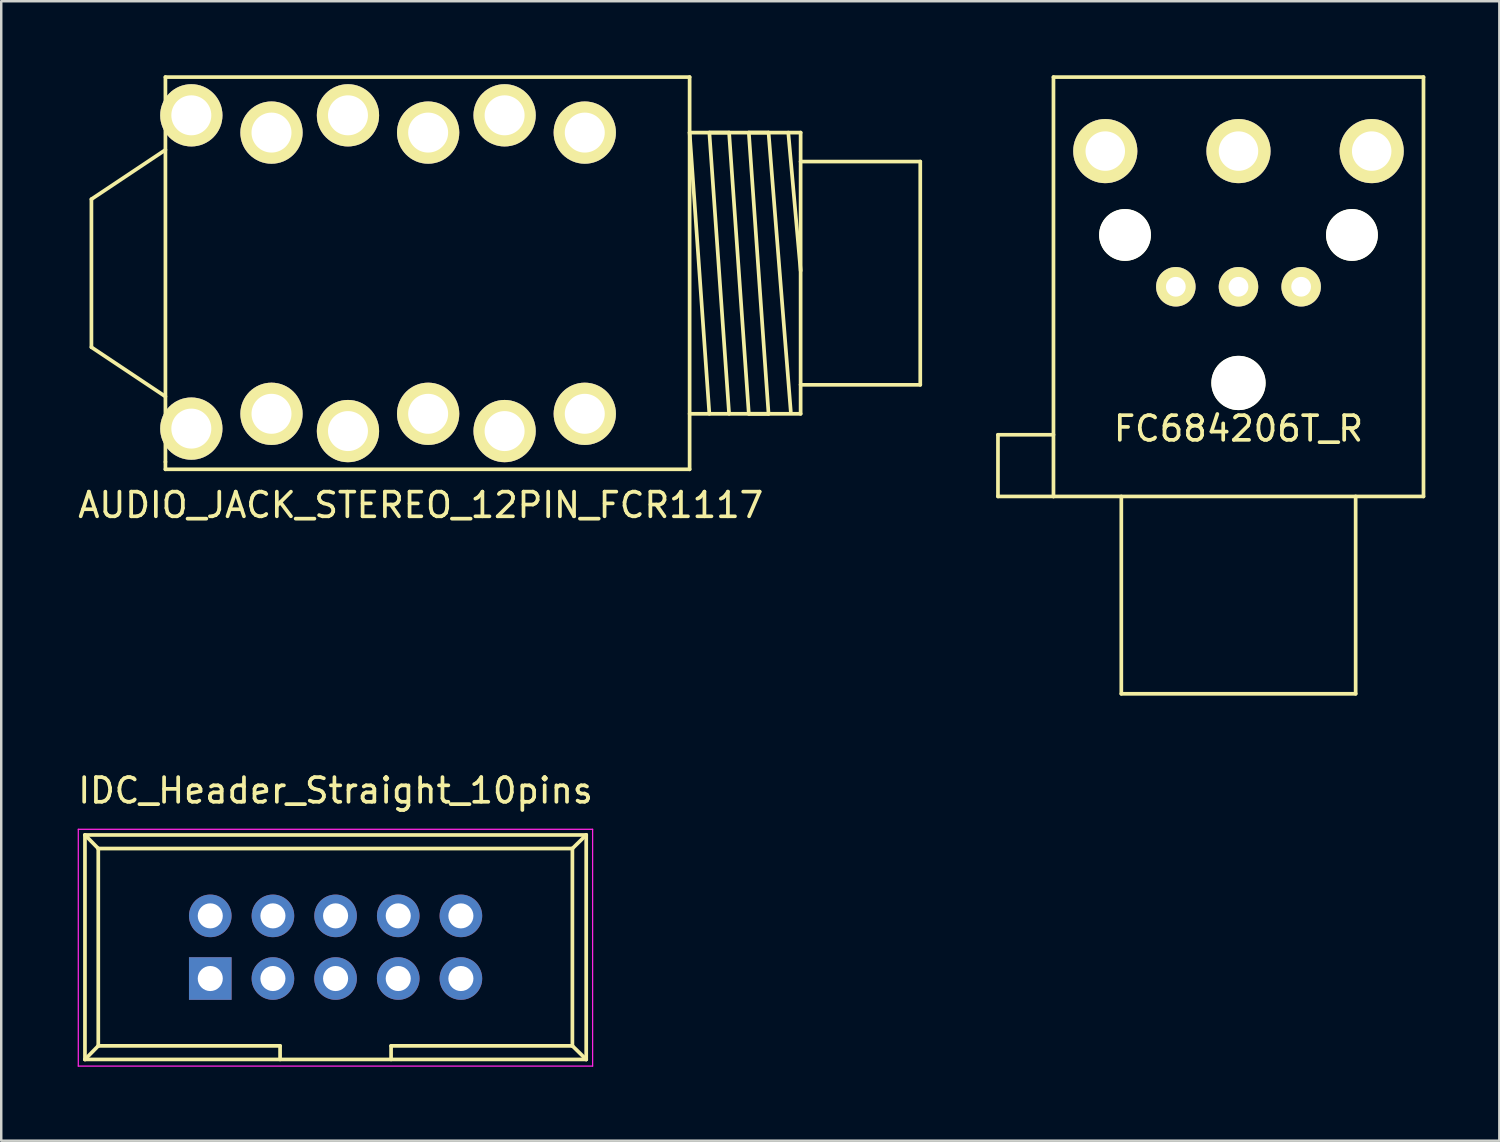
<source format=kicad_pcb>
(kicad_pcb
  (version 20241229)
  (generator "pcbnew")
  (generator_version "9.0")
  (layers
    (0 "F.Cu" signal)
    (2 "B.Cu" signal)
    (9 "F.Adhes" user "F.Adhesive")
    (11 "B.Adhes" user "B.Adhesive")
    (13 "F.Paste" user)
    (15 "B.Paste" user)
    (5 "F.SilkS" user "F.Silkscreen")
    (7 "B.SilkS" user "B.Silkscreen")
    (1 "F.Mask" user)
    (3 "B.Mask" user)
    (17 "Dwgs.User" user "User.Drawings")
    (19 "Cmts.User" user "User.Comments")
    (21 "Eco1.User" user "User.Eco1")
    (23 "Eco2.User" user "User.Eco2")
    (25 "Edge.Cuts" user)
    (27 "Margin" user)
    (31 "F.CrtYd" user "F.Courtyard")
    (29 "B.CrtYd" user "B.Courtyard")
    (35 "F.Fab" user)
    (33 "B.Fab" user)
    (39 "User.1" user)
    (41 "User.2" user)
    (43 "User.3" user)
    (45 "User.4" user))
  (footprint "AUDIO_JACK_STEREO_12PIN_FCR1117"
    (layer "F.Cu")
    (at 24.906 8.025)
    (property "Reference" "AUDIO_JACK_STEREO_12PIN_FCR1117" (at -10.9 9.4 0) (layer "F.SilkS") (effects (font (size 1 1) (thickness 0.15))))
    (attr through_hole)
    (fp_line (start -24.25 -3) (end -24.25 3) (stroke (width 0.15) (type solid)) (layer "F.SilkS"))
    (fp_line (start -24.25 -3) (end -21.25 -5) (stroke (width 0.15) (type solid)) (layer "F.SilkS"))
    (fp_line (start -24.25 3) (end -21.25 5) (stroke (width 0.15) (type solid)) (layer "F.SilkS"))
    (fp_line (start -21.25 -7.95) (end -21.25 7.65) (stroke (width 0.15) (type solid)) (layer "F.SilkS"))
    (fp_line (start -21.25 7.65) (end -21.25 7.95) (stroke (width 0.15) (type solid)) (layer "F.SilkS"))
    (fp_line (start -21.25 7.95) (end 0 7.95) (stroke (width 0.15) (type solid)) (layer "F.SilkS"))
    (fp_line (start 0 -7.95) (end -21.25 -7.95) (stroke (width 0.15) (type solid)) (layer "F.SilkS"))
    (fp_line (start 0 -5.7) (end 0.8 5.7) (stroke (width 0.15) (type solid)) (layer "F.SilkS"))
    (fp_line (start 0 5.7) (end 4.5 5.7) (stroke (width 0.15) (type solid)) (layer "F.SilkS"))
    (fp_line (start 0 7.95) (end 0 -7.95) (stroke (width 0.15) (type solid)) (layer "F.SilkS"))
    (fp_line (start 0.8 -5.7) (end 1.6 -5.7) (stroke (width 0.15) (type solid)) (layer "F.SilkS"))
    (fp_line (start 1.6 -5.7) (end 2.4 5.7) (stroke (width 0.15) (type solid)) (layer "F.SilkS"))
    (fp_line (start 1.6 5.7) (end 0.8 -5.7) (stroke (width 0.15) (type solid)) (layer "F.SilkS"))
    (fp_line (start 2.4 -5.7) (end 3.2 -5.7) (stroke (width 0.15) (type solid)) (layer "F.SilkS"))
    (fp_line (start 2.4 5.7) (end 3.2 5.7) (stroke (width 0.15) (type solid)) (layer "F.SilkS"))
    (fp_line (start 3.2 -5.7) (end 4.1 5.6) (stroke (width 0.15) (type solid)) (layer "F.SilkS"))
    (fp_line (start 3.2 5.7) (end 2.4 -5.7) (stroke (width 0.15) (type solid)) (layer "F.SilkS"))
    (fp_line (start 4 -5.7) (end 4.5 -0.1) (stroke (width 0.15) (type solid)) (layer "F.SilkS"))
    (fp_line (start 4.5 -5.7) (end 0 -5.7) (stroke (width 0.15) (type solid)) (layer "F.SilkS"))
    (fp_line (start 4.5 -5.7) (end 4.5 -4.525) (stroke (width 0.15) (type solid)) (layer "F.SilkS"))
    (fp_line (start 4.5 -4.525) (end 9.35 -4.525) (stroke (width 0.15) (type solid)) (layer "F.SilkS"))
    (fp_line (start 4.5 -4.5) (end 4.5 4.5) (stroke (width 0.15) (type solid)) (layer "F.SilkS"))
    (fp_line (start 4.5 4.525) (end 9.35 4.525) (stroke (width 0.15) (type solid)) (layer "F.SilkS"))
    (fp_line (start 4.5 5.7) (end 4.5 4.525) (stroke (width 0.15) (type solid)) (layer "F.SilkS"))
    (fp_line (start 9.35 4.525) (end 9.35 -4.525) (stroke (width 0.15) (type solid)) (layer "F.SilkS"))
    (pad "1" thru_hole circle (at -4.25 5.7) (size 2.524 2.524) (drill 1.62) (layers "*.Cu" "*.Mask" "F.SilkS"))
    (pad "2" thru_hole circle (at -10.6 5.7) (size 2.524 2.524) (drill 1.62) (layers "*.Cu" "*.Mask" "F.SilkS"))
    (pad "3" thru_hole circle (at -16.95 5.7) (size 2.524 2.524) (drill 1.62) (layers "*.Cu" "*.Mask" "F.SilkS"))
    (pad "4" thru_hole circle (at -4.25 -5.7) (size 2.524 2.524) (drill 1.62) (layers "*.Cu" "*.Mask" "F.SilkS"))
    (pad "5" thru_hole circle (at -10.6 -5.7) (size 2.524 2.524) (drill 1.62) (layers "*.Cu" "*.Mask" "F.SilkS"))
    (pad "6" thru_hole circle (at -16.95 -5.7) (size 2.524 2.524) (drill 1.62) (layers "*.Cu" "*.Mask" "F.SilkS"))
    (pad "7" thru_hole circle (at -7.5 6.4) (size 2.524 2.524) (drill 1.62) (layers "*.Cu" "*.Mask" "F.SilkS"))
    (pad "8" thru_hole circle (at -13.85 6.4) (size 2.524 2.524) (drill 1.62) (layers "*.Cu" "*.Mask" "F.SilkS"))
    (pad "9" thru_hole circle (at -20.2 6.3) (size 2.524 2.524) (drill 1.62) (layers "*.Cu" "*.Mask" "F.SilkS"))
    (pad "10" thru_hole circle (at -7.5 -6.4) (size 2.524 2.524) (drill 1.62) (layers "*.Cu" "*.Mask" "F.SilkS"))
    (pad "11" thru_hole circle (at -13.85 -6.4) (size 2.524 2.524) (drill 1.62) (layers "*.Cu" "*.Mask" "F.SilkS"))
    (pad "12" thru_hole circle (at -20.2 -6.4) (size 2.524 2.524) (drill 1.62) (layers "*.Cu" "*.Mask" "F.SilkS")))
  (footprint "IDC_Header_Straight_10pins"
    (layer "F.Cu")
    (at 5.474 36.618)
    (property "Reference" "IDC_Header_Straight_10pins" (at 5.08 -7.62 0) (layer "F.SilkS") (effects (font (size 1 1) (thickness 0.15))))
    (attr through_hole)
    (fp_line (start -5.08 -5.82) (end -5.08 3.28) (stroke (width 0.15) (type solid)) (layer "F.SilkS"))
    (fp_line (start -5.08 -5.82) (end -4.54 -5.27) (stroke (width 0.15) (type solid)) (layer "F.SilkS"))
    (fp_line (start -5.08 -5.82) (end 15.24 -5.82) (stroke (width 0.15) (type solid)) (layer "F.SilkS"))
    (fp_line (start -5.08 3.28) (end -4.54 2.73) (stroke (width 0.15) (type solid)) (layer "F.SilkS"))
    (fp_line (start -5.08 3.28) (end 15.24 3.28) (stroke (width 0.15) (type solid)) (layer "F.SilkS"))
    (fp_line (start -4.54 -5.27) (end -4.54 2.73) (stroke (width 0.15) (type solid)) (layer "F.SilkS"))
    (fp_line (start -4.54 -5.27) (end 14.68 -5.27) (stroke (width 0.15) (type solid)) (layer "F.SilkS"))
    (fp_line (start -4.54 2.73) (end 2.83 2.73) (stroke (width 0.15) (type solid)) (layer "F.SilkS"))
    (fp_line (start 2.83 2.73) (end 2.83 3.28) (stroke (width 0.15) (type solid)) (layer "F.SilkS"))
    (fp_line (start 7.33 2.73) (end 7.33 3.28) (stroke (width 0.15) (type solid)) (layer "F.SilkS"))
    (fp_line (start 7.33 2.73) (end 14.68 2.73) (stroke (width 0.15) (type solid)) (layer "F.SilkS"))
    (fp_line (start 14.68 -5.27) (end 14.68 2.73) (stroke (width 0.15) (type solid)) (layer "F.SilkS"))
    (fp_line (start 15.24 -5.82) (end 14.68 -5.27) (stroke (width 0.15) (type solid)) (layer "F.SilkS"))
    (fp_line (start 15.24 -5.82) (end 15.24 3.28) (stroke (width 0.15) (type solid)) (layer "F.SilkS"))
    (fp_line (start 15.24 3.28) (end 14.68 2.73) (stroke (width 0.15) (type solid)) (layer "F.SilkS"))
    (fp_line (start -5.35 -6.05) (end 15.5 -6.05) (stroke (width 0.05) (type solid)) (layer "F.CrtYd"))
    (fp_line (start -5.35 3.55) (end -5.35 -6.05) (stroke (width 0.05) (type solid)) (layer "F.CrtYd"))
    (fp_line (start 15.5 -6.05) (end 15.5 3.55) (stroke (width 0.05) (type solid)) (layer "F.CrtYd"))
    (fp_line (start 15.5 3.55) (end -5.35 3.55) (stroke (width 0.05) (type solid)) (layer "F.CrtYd"))
    (pad "1" thru_hole rect (at 0 0) (size 1.727 1.727) (drill 1.016) (layers "*.Cu" "*.Mask"))
    (pad "2" thru_hole oval (at 0 -2.54) (size 1.727 1.727) (drill 1.016) (layers "*.Cu" "*.Mask"))
    (pad "3" thru_hole oval (at 2.54 0) (size 1.727 1.727) (drill 1.016) (layers "*.Cu" "*.Mask"))
    (pad "4" thru_hole oval (at 2.54 -2.54) (size 1.727 1.727) (drill 1.016) (layers "*.Cu" "*.Mask"))
    (pad "5" thru_hole oval (at 5.08 0) (size 1.727 1.727) (drill 1.016) (layers "*.Cu" "*.Mask"))
    (pad "6" thru_hole oval (at 5.08 -2.54) (size 1.727 1.727) (drill 1.016) (layers "*.Cu" "*.Mask"))
    (pad "7" thru_hole oval (at 7.62 0) (size 1.727 1.727) (drill 1.016) (layers "*.Cu" "*.Mask"))
    (pad "8" thru_hole oval (at 7.62 -2.54) (size 1.727 1.727) (drill 1.016) (layers "*.Cu" "*.Mask"))
    (pad "9" thru_hole oval (at 10.16 0) (size 1.727 1.727) (drill 1.016) (layers "*.Cu" "*.Mask"))
    (pad "10" thru_hole oval (at 10.16 -2.54) (size 1.727 1.727) (drill 1.016) (layers "*.Cu" "*.Mask")))
  (footprint "FC684206T_R"
    (layer "F.Cu")
    (at 47.156 17.075)
    (property "Reference" "FC684206T_R" (at 0 -2.75 180) (layer "F.SilkS") (effects (font (size 1 1) (thickness 0.15))))
    (attr through_hole)
    (fp_line (start -9.75 -2.5) (end -7.5 -2.5) (stroke (width 0.15) (type solid)) (layer "F.SilkS"))
    (fp_line (start -9.75 0) (end -9.75 -2.5) (stroke (width 0.15) (type solid)) (layer "F.SilkS"))
    (fp_line (start -7.5 -17) (end -7.5 0) (stroke (width 0.15) (type solid)) (layer "F.SilkS"))
    (fp_line (start -7.5 0) (end -9.75 0) (stroke (width 0.15) (type solid)) (layer "F.SilkS"))
    (fp_line (start -7.5 0) (end 7.5 0) (stroke (width 0.15) (type solid)) (layer "F.SilkS"))
    (fp_line (start -4.75 0) (end -4.75 8) (stroke (width 0.15) (type solid)) (layer "F.SilkS"))
    (fp_line (start -4.75 8) (end 4.75 8) (stroke (width 0.15) (type solid)) (layer "F.SilkS"))
    (fp_line (start 4.75 8) (end 4.75 0) (stroke (width 0.15) (type solid)) (layer "F.SilkS"))
    (fp_line (start 7.5 -17) (end -7.5 -17) (stroke (width 0.15) (type solid)) (layer "F.SilkS"))
    (fp_line (start 7.5 0) (end 7.5 -17) (stroke (width 0.15) (type solid)) (layer "F.SilkS"))
    (pad "" thru_hole circle (at -5.4 -14) (size 2.6 2.6) (drill 1.6) (layers "*.Cu" "*.Mask" "F.SilkS"))
    (pad "" np_thru_hole circle (at -4.6 -10.6) (size 2.1 2.1) (drill 2.1) (layers "*.Cu" "*.Mask" "F.SilkS"))
    (pad "" np_thru_hole circle (at 0 -4.6) (size 2.2 2.2) (drill 2.2) (layers "*.Cu" "*.Mask" "F.SilkS"))
    (pad "" np_thru_hole circle (at 4.6 -10.6) (size 2.1 2.1) (drill 2.1) (layers "*.Cu" "*.Mask" "F.SilkS"))
    (pad "1" thru_hole circle (at -2.54 -8.5) (size 1.6 1.6) (drill 0.8) (layers "*.Cu" "*.Mask" "F.SilkS"))
    (pad "2" thru_hole circle (at 0 -8.5) (size 1.6 1.6) (drill 0.8) (layers "*.Cu" "*.Mask" "F.SilkS"))
    (pad "3" thru_hole circle (at 2.54 -8.5) (size 1.6 1.6) (drill 0.8) (layers "*.Cu" "*.Mask" "F.SilkS"))
    (pad "4" thru_hole circle (at 0 -14) (size 2.6 2.6) (drill 1.6) (layers "*.Cu" "*.Mask" "F.SilkS"))
    (pad "5" thru_hole circle (at 5.4 -14) (size 2.6 2.6) (drill 1.6) (layers "*.Cu" "*.Mask" "F.SilkS")))
  (gr_rect
    (start -3 -3)
    (end 57.731 43.193)
    (stroke (width 0.1) (type default))
    (fill no)
    (layer "Edge.Cuts")))
</source>
